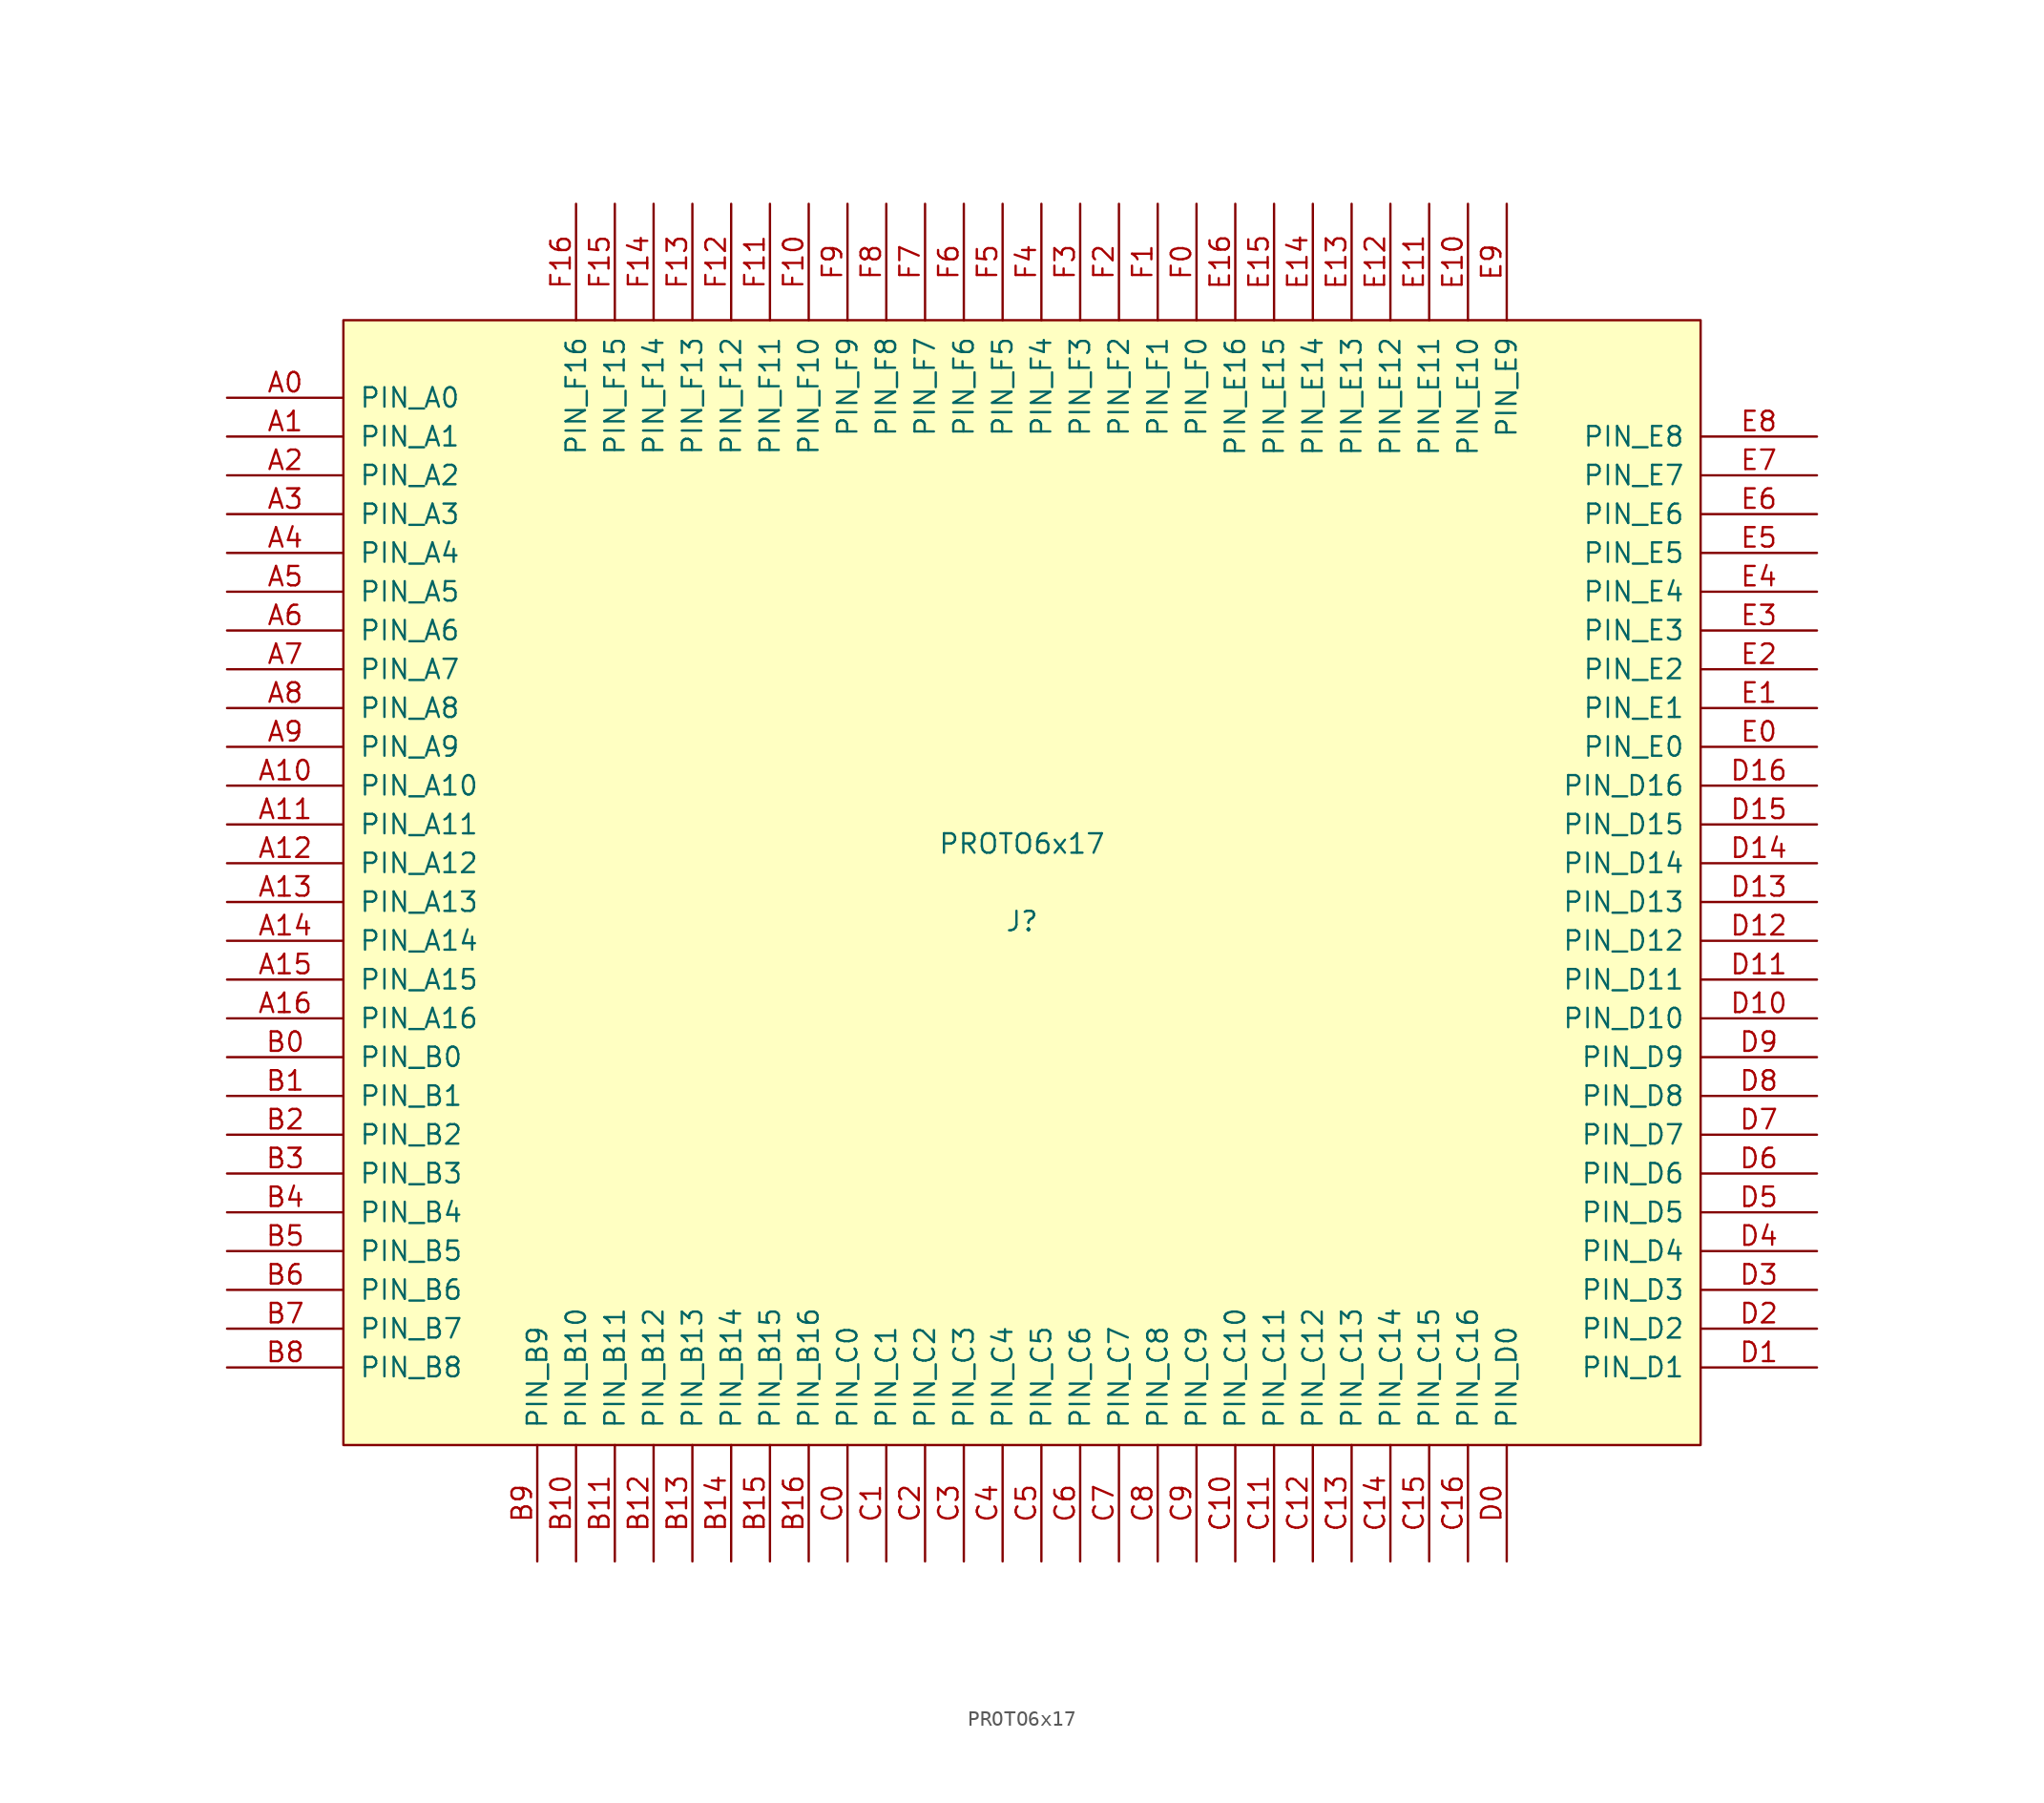
<source format=kicad_sym>
(kicad_symbol_lib
  (version 20220914)
  (generator kicad_symbol_editor)
  (symbol "PROTO6x17"
    (pin_names
      (offset 1.016))
    (property "Reference" "J"
      (at 0 -2.54 0)
      (effects (font (size 1.27 1.27))))
    (property "Value" "PROTO6x17"
      (at 0 2.54 0)
      (effects (font (size 1.27 1.27))))
    (symbol "PROTO6x17_1_0"
      (rectangle (start -44.45 36.83) (end 44.45 -36.83) (stroke (width 0) (type solid)) (fill (type background))))
    (symbol "PROTO6x17_1_1"
      (pin input line (at -52.07 31.75 0) (length 7.62) (name "PIN_A0" (effects (font (size 1.27 1.27)))) (number "A0" (effects (font (size 1.27 1.27)))))
      (pin input line (at -52.07 29.21 0) (length 7.62) (name "PIN_A1" (effects (font (size 1.27 1.27)))) (number "A1" (effects (font (size 1.27 1.27)))))
      (pin input line (at -52.07 6.35 0) (length 7.62) (name "PIN_A10" (effects (font (size 1.27 1.27)))) (number "A10" (effects (font (size 1.27 1.27)))))
      (pin input line (at -52.07 3.81 0) (length 7.62) (name "PIN_A11" (effects (font (size 1.27 1.27)))) (number "A11" (effects (font (size 1.27 1.27)))))
      (pin input line (at -52.07 1.27 0) (length 7.62) (name "PIN_A12" (effects (font (size 1.27 1.27)))) (number "A12" (effects (font (size 1.27 1.27)))))
      (pin input line (at -52.07 -1.27 0) (length 7.62) (name "PIN_A13" (effects (font (size 1.27 1.27)))) (number "A13" (effects (font (size 1.27 1.27)))))
      (pin input line (at -52.07 -3.81 0) (length 7.62) (name "PIN_A14" (effects (font (size 1.27 1.27)))) (number "A14" (effects (font (size 1.27 1.27)))))
      (pin input line (at -52.07 -6.35 0) (length 7.62) (name "PIN_A15" (effects (font (size 1.27 1.27)))) (number "A15" (effects (font (size 1.27 1.27)))))
      (pin input line (at -52.07 -8.89 0) (length 7.62) (name "PIN_A16" (effects (font (size 1.27 1.27)))) (number "A16" (effects (font (size 1.27 1.27)))))
      (pin input line (at -52.07 26.67 0) (length 7.62) (name "PIN_A2" (effects (font (size 1.27 1.27)))) (number "A2" (effects (font (size 1.27 1.27)))))
      (pin input line (at -52.07 24.13 0) (length 7.62) (name "PIN_A3" (effects (font (size 1.27 1.27)))) (number "A3" (effects (font (size 1.27 1.27)))))
      (pin input line (at -52.07 21.59 0) (length 7.62) (name "PIN_A4" (effects (font (size 1.27 1.27)))) (number "A4" (effects (font (size 1.27 1.27)))))
      (pin input line (at -52.07 19.05 0) (length 7.62) (name "PIN_A5" (effects (font (size 1.27 1.27)))) (number "A5" (effects (font (size 1.27 1.27)))))
      (pin input line (at -52.07 16.51 0) (length 7.62) (name "PIN_A6" (effects (font (size 1.27 1.27)))) (number "A6" (effects (font (size 1.27 1.27)))))
      (pin input line (at -52.07 13.97 0) (length 7.62) (name "PIN_A7" (effects (font (size 1.27 1.27)))) (number "A7" (effects (font (size 1.27 1.27)))))
      (pin input line (at -52.07 11.43 0) (length 7.62) (name "PIN_A8" (effects (font (size 1.27 1.27)))) (number "A8" (effects (font (size 1.27 1.27)))))
      (pin input line (at -52.07 8.89 0) (length 7.62) (name "PIN_A9" (effects (font (size 1.27 1.27)))) (number "A9" (effects (font (size 1.27 1.27)))))
      (pin input line (at -52.07 -11.43 0) (length 7.62) (name "PIN_B0" (effects (font (size 1.27 1.27)))) (number "B0" (effects (font (size 1.27 1.27)))))
      (pin input line (at -52.07 -13.97 0) (length 7.62) (name "PIN_B1" (effects (font (size 1.27 1.27)))) (number "B1" (effects (font (size 1.27 1.27)))))
      (pin input line (at -29.21 -44.45 90) (length 7.62) (name "PIN_B10" (effects (font (size 1.27 1.27)))) (number "B10" (effects (font (size 1.27 1.27)))))
      (pin input line (at -26.67 -44.45 90) (length 7.62) (name "PIN_B11" (effects (font (size 1.27 1.27)))) (number "B11" (effects (font (size 1.27 1.27)))))
      (pin input line (at -24.13 -44.45 90) (length 7.62) (name "PIN_B12" (effects (font (size 1.27 1.27)))) (number "B12" (effects (font (size 1.27 1.27)))))
      (pin input line (at -21.59 -44.45 90) (length 7.62) (name "PIN_B13" (effects (font (size 1.27 1.27)))) (number "B13" (effects (font (size 1.27 1.27)))))
      (pin input line (at -19.05 -44.45 90) (length 7.62) (name "PIN_B14" (effects (font (size 1.27 1.27)))) (number "B14" (effects (font (size 1.27 1.27)))))
      (pin input line (at -16.51 -44.45 90) (length 7.62) (name "PIN_B15" (effects (font (size 1.27 1.27)))) (number "B15" (effects (font (size 1.27 1.27)))))
      (pin input line (at -13.97 -44.45 90) (length 7.62) (name "PIN_B16" (effects (font (size 1.27 1.27)))) (number "B16" (effects (font (size 1.27 1.27)))))
      (pin input line (at -52.07 -16.51 0) (length 7.62) (name "PIN_B2" (effects (font (size 1.27 1.27)))) (number "B2" (effects (font (size 1.27 1.27)))))
      (pin input line (at -52.07 -19.05 0) (length 7.62) (name "PIN_B3" (effects (font (size 1.27 1.27)))) (number "B3" (effects (font (size 1.27 1.27)))))
      (pin input line (at -52.07 -21.59 0) (length 7.62) (name "PIN_B4" (effects (font (size 1.27 1.27)))) (number "B4" (effects (font (size 1.27 1.27)))))
      (pin input line (at -52.07 -24.13 0) (length 7.62) (name "PIN_B5" (effects (font (size 1.27 1.27)))) (number "B5" (effects (font (size 1.27 1.27)))))
      (pin input line (at -52.07 -26.67 0) (length 7.62) (name "PIN_B6" (effects (font (size 1.27 1.27)))) (number "B6" (effects (font (size 1.27 1.27)))))
      (pin input line (at -52.07 -29.21 0) (length 7.62) (name "PIN_B7" (effects (font (size 1.27 1.27)))) (number "B7" (effects (font (size 1.27 1.27)))))
      (pin input line (at -52.07 -31.75 0) (length 7.62) (name "PIN_B8" (effects (font (size 1.27 1.27)))) (number "B8" (effects (font (size 1.27 1.27)))))
      (pin input line (at -31.75 -44.45 90) (length 7.62) (name "PIN_B9" (effects (font (size 1.27 1.27)))) (number "B9" (effects (font (size 1.27 1.27)))))
      (pin input line (at -11.43 -44.45 90) (length 7.62) (name "PIN_C0" (effects (font (size 1.27 1.27)))) (number "C0" (effects (font (size 1.27 1.27)))))
      (pin input line (at -8.89 -44.45 90) (length 7.62) (name "PIN_C1" (effects (font (size 1.27 1.27)))) (number "C1" (effects (font (size 1.27 1.27)))))
      (pin input line (at 13.97 -44.45 90) (length 7.62) (name "PIN_C10" (effects (font (size 1.27 1.27)))) (number "C10" (effects (font (size 1.27 1.27)))))
      (pin input line (at 16.51 -44.45 90) (length 7.62) (name "PIN_C11" (effects (font (size 1.27 1.27)))) (number "C11" (effects (font (size 1.27 1.27)))))
      (pin input line (at 19.05 -44.45 90) (length 7.62) (name "PIN_C12" (effects (font (size 1.27 1.27)))) (number "C12" (effects (font (size 1.27 1.27)))))
      (pin input line (at 21.59 -44.45 90) (length 7.62) (name "PIN_C13" (effects (font (size 1.27 1.27)))) (number "C13" (effects (font (size 1.27 1.27)))))
      (pin input line (at 24.13 -44.45 90) (length 7.62) (name "PIN_C14" (effects (font (size 1.27 1.27)))) (number "C14" (effects (font (size 1.27 1.27)))))
      (pin input line (at 26.67 -44.45 90) (length 7.62) (name "PIN_C15" (effects (font (size 1.27 1.27)))) (number "C15" (effects (font (size 1.27 1.27)))))
      (pin input line (at 29.21 -44.45 90) (length 7.62) (name "PIN_C16" (effects (font (size 1.27 1.27)))) (number "C16" (effects (font (size 1.27 1.27)))))
      (pin input line (at -6.35 -44.45 90) (length 7.62) (name "PIN_C2" (effects (font (size 1.27 1.27)))) (number "C2" (effects (font (size 1.27 1.27)))))
      (pin input line (at -3.81 -44.45 90) (length 7.62) (name "PIN_C3" (effects (font (size 1.27 1.27)))) (number "C3" (effects (font (size 1.27 1.27)))))
      (pin input line (at -1.27 -44.45 90) (length 7.62) (name "PIN_C4" (effects (font (size 1.27 1.27)))) (number "C4" (effects (font (size 1.27 1.27)))))
      (pin input line (at 1.27 -44.45 90) (length 7.62) (name "PIN_C5" (effects (font (size 1.27 1.27)))) (number "C5" (effects (font (size 1.27 1.27)))))
      (pin input line (at 3.81 -44.45 90) (length 7.62) (name "PIN_C6" (effects (font (size 1.27 1.27)))) (number "C6" (effects (font (size 1.27 1.27)))))
      (pin input line (at 6.35 -44.45 90) (length 7.62) (name "PIN_C7" (effects (font (size 1.27 1.27)))) (number "C7" (effects (font (size 1.27 1.27)))))
      (pin input line (at 8.89 -44.45 90) (length 7.62) (name "PIN_C8" (effects (font (size 1.27 1.27)))) (number "C8" (effects (font (size 1.27 1.27)))))
      (pin input line (at 11.43 -44.45 90) (length 7.62) (name "PIN_C9" (effects (font (size 1.27 1.27)))) (number "C9" (effects (font (size 1.27 1.27)))))
      (pin input line (at 31.75 -44.45 90) (length 7.62) (name "PIN_D0" (effects (font (size 1.27 1.27)))) (number "D0" (effects (font (size 1.27 1.27)))))
      (pin input line (at 52.07 -31.75 180) (length 7.62) (name "PIN_D1" (effects (font (size 1.27 1.27)))) (number "D1" (effects (font (size 1.27 1.27)))))
      (pin input line (at 52.07 -8.89 180) (length 7.62) (name "PIN_D10" (effects (font (size 1.27 1.27)))) (number "D10" (effects (font (size 1.27 1.27)))))
      (pin input line (at 52.07 -6.35 180) (length 7.62) (name "PIN_D11" (effects (font (size 1.27 1.27)))) (number "D11" (effects (font (size 1.27 1.27)))))
      (pin input line (at 52.07 -3.81 180) (length 7.62) (name "PIN_D12" (effects (font (size 1.27 1.27)))) (number "D12" (effects (font (size 1.27 1.27)))))
      (pin input line (at 52.07 -1.27 180) (length 7.62) (name "PIN_D13" (effects (font (size 1.27 1.27)))) (number "D13" (effects (font (size 1.27 1.27)))))
      (pin input line (at 52.07 1.27 180) (length 7.62) (name "PIN_D14" (effects (font (size 1.27 1.27)))) (number "D14" (effects (font (size 1.27 1.27)))))
      (pin input line (at 52.07 3.81 180) (length 7.62) (name "PIN_D15" (effects (font (size 1.27 1.27)))) (number "D15" (effects (font (size 1.27 1.27)))))
      (pin input line (at 52.07 6.35 180) (length 7.62) (name "PIN_D16" (effects (font (size 1.27 1.27)))) (number "D16" (effects (font (size 1.27 1.27)))))
      (pin input line (at 52.07 -29.21 180) (length 7.62) (name "PIN_D2" (effects (font (size 1.27 1.27)))) (number "D2" (effects (font (size 1.27 1.27)))))
      (pin input line (at 52.07 -26.67 180) (length 7.62) (name "PIN_D3" (effects (font (size 1.27 1.27)))) (number "D3" (effects (font (size 1.27 1.27)))))
      (pin input line (at 52.07 -24.13 180) (length 7.62) (name "PIN_D4" (effects (font (size 1.27 1.27)))) (number "D4" (effects (font (size 1.27 1.27)))))
      (pin input line (at 52.07 -21.59 180) (length 7.62) (name "PIN_D5" (effects (font (size 1.27 1.27)))) (number "D5" (effects (font (size 1.27 1.27)))))
      (pin input line (at 52.07 -19.05 180) (length 7.62) (name "PIN_D6" (effects (font (size 1.27 1.27)))) (number "D6" (effects (font (size 1.27 1.27)))))
      (pin input line (at 52.07 -16.51 180) (length 7.62) (name "PIN_D7" (effects (font (size 1.27 1.27)))) (number "D7" (effects (font (size 1.27 1.27)))))
      (pin input line (at 52.07 -13.97 180) (length 7.62) (name "PIN_D8" (effects (font (size 1.27 1.27)))) (number "D8" (effects (font (size 1.27 1.27)))))
      (pin input line (at 52.07 -11.43 180) (length 7.62) (name "PIN_D9" (effects (font (size 1.27 1.27)))) (number "D9" (effects (font (size 1.27 1.27)))))
      (pin input line (at 52.07 8.89 180) (length 7.62) (name "PIN_E0" (effects (font (size 1.27 1.27)))) (number "E0" (effects (font (size 1.27 1.27)))))
      (pin input line (at 52.07 11.43 180) (length 7.62) (name "PIN_E1" (effects (font (size 1.27 1.27)))) (number "E1" (effects (font (size 1.27 1.27)))))
      (pin input line (at 29.21 44.45 270) (length 7.62) (name "PIN_E10" (effects (font (size 1.27 1.27)))) (number "E10" (effects (font (size 1.27 1.27)))))
      (pin input line (at 26.67 44.45 270) (length 7.62) (name "PIN_E11" (effects (font (size 1.27 1.27)))) (number "E11" (effects (font (size 1.27 1.27)))))
      (pin input line (at 24.13 44.45 270) (length 7.62) (name "PIN_E12" (effects (font (size 1.27 1.27)))) (number "E12" (effects (font (size 1.27 1.27)))))
      (pin input line (at 21.59 44.45 270) (length 7.62) (name "PIN_E13" (effects (font (size 1.27 1.27)))) (number "E13" (effects (font (size 1.27 1.27)))))
      (pin input line (at 19.05 44.45 270) (length 7.62) (name "PIN_E14" (effects (font (size 1.27 1.27)))) (number "E14" (effects (font (size 1.27 1.27)))))
      (pin input line (at 16.51 44.45 270) (length 7.62) (name "PIN_E15" (effects (font (size 1.27 1.27)))) (number "E15" (effects (font (size 1.27 1.27)))))
      (pin input line (at 13.97 44.45 270) (length 7.62) (name "PIN_E16" (effects (font (size 1.27 1.27)))) (number "E16" (effects (font (size 1.27 1.27)))))
      (pin input line (at 52.07 13.97 180) (length 7.62) (name "PIN_E2" (effects (font (size 1.27 1.27)))) (number "E2" (effects (font (size 1.27 1.27)))))
      (pin input line (at 52.07 16.51 180) (length 7.62) (name "PIN_E3" (effects (font (size 1.27 1.27)))) (number "E3" (effects (font (size 1.27 1.27)))))
      (pin input line (at 52.07 19.05 180) (length 7.62) (name "PIN_E4" (effects (font (size 1.27 1.27)))) (number "E4" (effects (font (size 1.27 1.27)))))
      (pin input line (at 52.07 21.59 180) (length 7.62) (name "PIN_E5" (effects (font (size 1.27 1.27)))) (number "E5" (effects (font (size 1.27 1.27)))))
      (pin input line (at 52.07 24.13 180) (length 7.62) (name "PIN_E6" (effects (font (size 1.27 1.27)))) (number "E6" (effects (font (size 1.27 1.27)))))
      (pin input line (at 52.07 26.67 180) (length 7.62) (name "PIN_E7" (effects (font (size 1.27 1.27)))) (number "E7" (effects (font (size 1.27 1.27)))))
      (pin input line (at 52.07 29.21 180) (length 7.62) (name "PIN_E8" (effects (font (size 1.27 1.27)))) (number "E8" (effects (font (size 1.27 1.27)))))
      (pin input line (at 31.75 44.45 270) (length 7.62) (name "PIN_E9" (effects (font (size 1.27 1.27)))) (number "E9" (effects (font (size 1.27 1.27)))))
      (pin input line (at 11.43 44.45 270) (length 7.62) (name "PIN_F0" (effects (font (size 1.27 1.27)))) (number "F0" (effects (font (size 1.27 1.27)))))
      (pin input line (at 8.89 44.45 270) (length 7.62) (name "PIN_F1" (effects (font (size 1.27 1.27)))) (number "F1" (effects (font (size 1.27 1.27)))))
      (pin input line (at -13.97 44.45 270) (length 7.62) (name "PIN_F10" (effects (font (size 1.27 1.27)))) (number "F10" (effects (font (size 1.27 1.27)))))
      (pin input line (at -16.51 44.45 270) (length 7.62) (name "PIN_F11" (effects (font (size 1.27 1.27)))) (number "F11" (effects (font (size 1.27 1.27)))))
      (pin input line (at -19.05 44.45 270) (length 7.62) (name "PIN_F12" (effects (font (size 1.27 1.27)))) (number "F12" (effects (font (size 1.27 1.27)))))
      (pin input line (at -21.59 44.45 270) (length 7.62) (name "PIN_F13" (effects (font (size 1.27 1.27)))) (number "F13" (effects (font (size 1.27 1.27)))))
      (pin input line (at -24.13 44.45 270) (length 7.62) (name "PIN_F14" (effects (font (size 1.27 1.27)))) (number "F14" (effects (font (size 1.27 1.27)))))
      (pin input line (at -26.67 44.45 270) (length 7.62) (name "PIN_F15" (effects (font (size 1.27 1.27)))) (number "F15" (effects (font (size 1.27 1.27)))))
      (pin input line (at -29.21 44.45 270) (length 7.62) (name "PIN_F16" (effects (font (size 1.27 1.27)))) (number "F16" (effects (font (size 1.27 1.27)))))
      (pin input line (at 6.35 44.45 270) (length 7.62) (name "PIN_F2" (effects (font (size 1.27 1.27)))) (number "F2" (effects (font (size 1.27 1.27)))))
      (pin input line (at 3.81 44.45 270) (length 7.62) (name "PIN_F3" (effects (font (size 1.27 1.27)))) (number "F3" (effects (font (size 1.27 1.27)))))
      (pin input line (at 1.27 44.45 270) (length 7.62) (name "PIN_F4" (effects (font (size 1.27 1.27)))) (number "F4" (effects (font (size 1.27 1.27)))))
      (pin input line (at -1.27 44.45 270) (length 7.62) (name "PIN_F5" (effects (font (size 1.27 1.27)))) (number "F5" (effects (font (size 1.27 1.27)))))
      (pin input line (at -3.81 44.45 270) (length 7.62) (name "PIN_F6" (effects (font (size 1.27 1.27)))) (number "F6" (effects (font (size 1.27 1.27)))))
      (pin input line (at -6.35 44.45 270) (length 7.62) (name "PIN_F7" (effects (font (size 1.27 1.27)))) (number "F7" (effects (font (size 1.27 1.27)))))
      (pin input line (at -8.89 44.45 270) (length 7.62) (name "PIN_F8" (effects (font (size 1.27 1.27)))) (number "F8" (effects (font (size 1.27 1.27)))))
      (pin input line (at -11.43 44.45 270) (length 7.62) (name "PIN_F9" (effects (font (size 1.27 1.27)))) (number "F9" (effects (font (size 1.27 1.27))))))))
</source>
